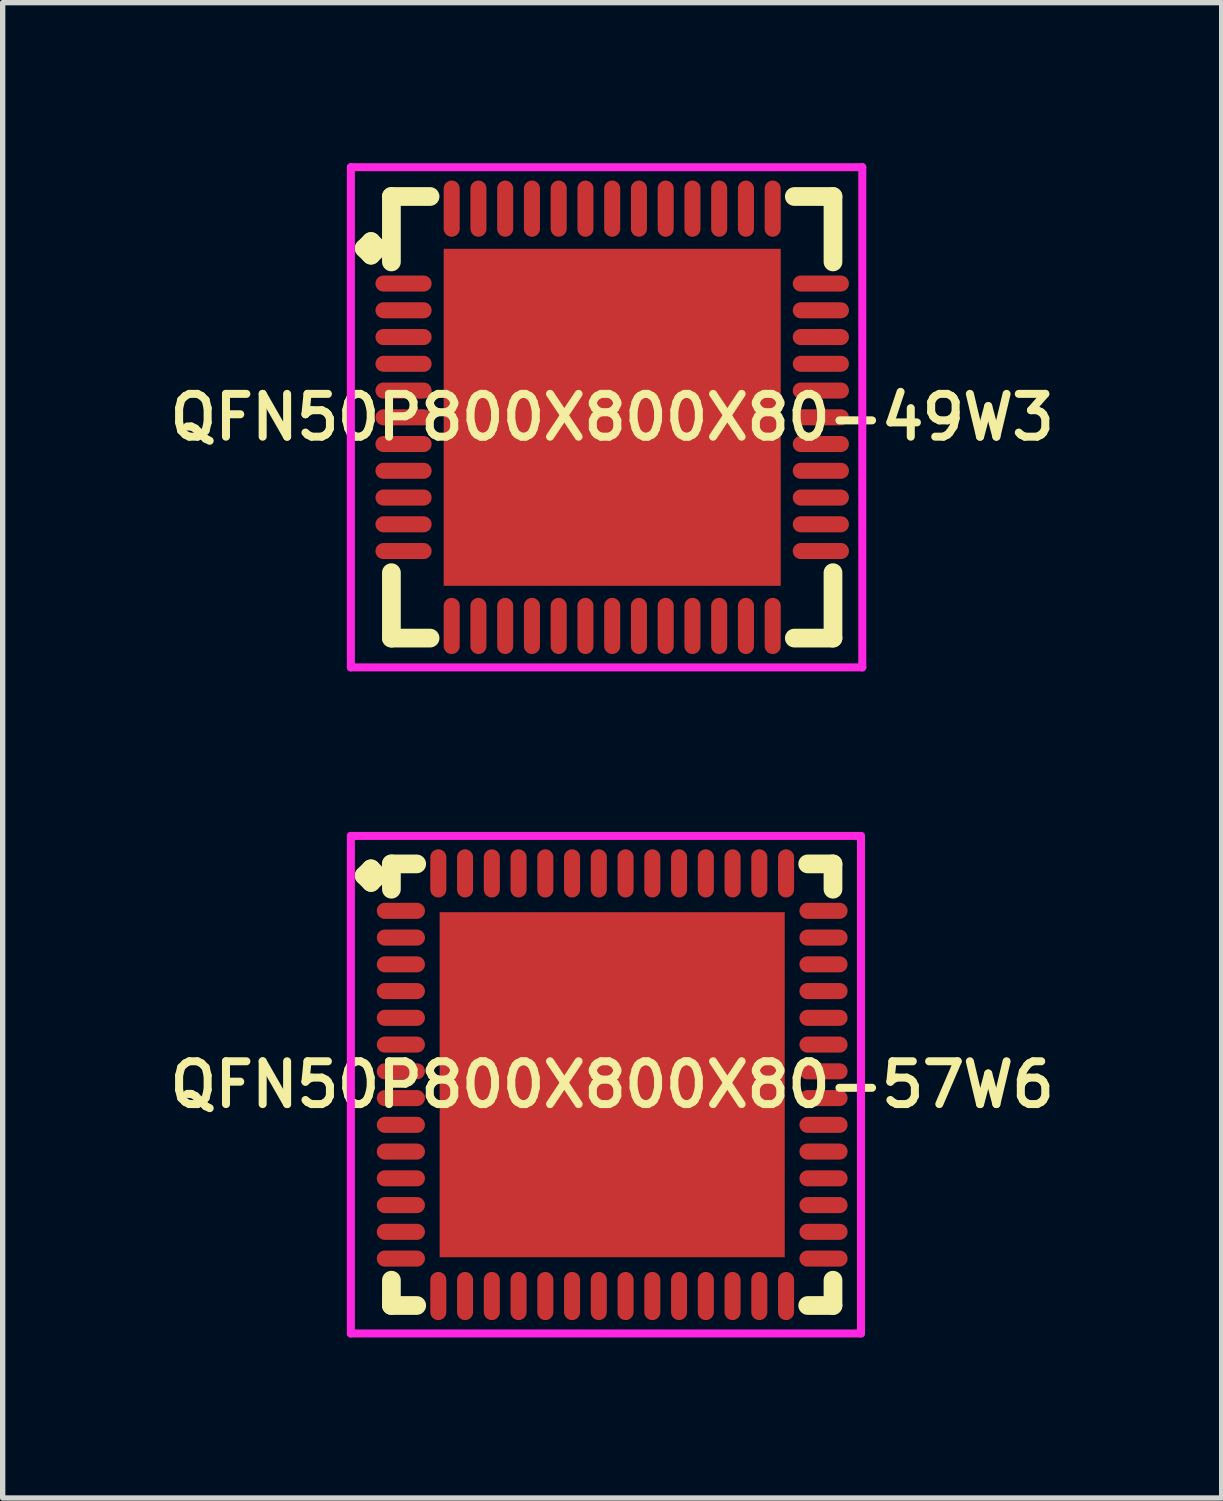
<source format=kicad_pcb>
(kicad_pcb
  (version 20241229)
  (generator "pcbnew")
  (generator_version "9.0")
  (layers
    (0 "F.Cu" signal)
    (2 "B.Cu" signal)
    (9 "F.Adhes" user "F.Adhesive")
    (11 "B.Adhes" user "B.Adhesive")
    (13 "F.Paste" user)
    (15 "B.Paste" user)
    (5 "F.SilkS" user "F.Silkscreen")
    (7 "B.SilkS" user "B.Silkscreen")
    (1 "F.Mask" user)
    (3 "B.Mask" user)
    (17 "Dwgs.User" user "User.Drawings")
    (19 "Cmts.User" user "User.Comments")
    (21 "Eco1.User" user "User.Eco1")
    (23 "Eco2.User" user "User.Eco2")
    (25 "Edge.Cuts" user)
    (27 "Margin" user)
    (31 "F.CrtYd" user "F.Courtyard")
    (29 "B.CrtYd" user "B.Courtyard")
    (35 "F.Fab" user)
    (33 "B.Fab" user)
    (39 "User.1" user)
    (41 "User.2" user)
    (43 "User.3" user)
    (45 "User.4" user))
  (footprint "QFN50P800X800X80-49W3"
    (layer "F.Cu")
    (at 8.393 4.75)
    (property "Reference" "QFN50P800X800X80-49W3" (at 0 0 0) (layer "F.SilkS") (effects (font (size 0.8 0.8) (thickness 0.15))))
    (attr smd)
    (fp_line (start -4.635 -3.158) (end -4.508 -3.285) (stroke (width 0.35) (type solid)) (layer "F.SilkS"))
    (fp_line (start -4.508 -3.285) (end -4.381 -3.158) (stroke (width 0.35) (type solid)) (layer "F.SilkS"))
    (fp_line (start -4.508 -3.031) (end -4.635 -3.158) (stroke (width 0.35) (type solid)) (layer "F.SilkS"))
    (fp_line (start -4.381 -3.158) (end -4.508 -3.031) (stroke (width 0.35) (type solid)) (layer "F.SilkS"))
    (fp_line (start -4.127 -4.127) (end -3.404 -4.127) (stroke (width 0.35) (type solid)) (layer "F.SilkS"))
    (fp_line (start -4.127 -2.904) (end -4.127 -4.127) (stroke (width 0.35) (type solid)) (layer "F.SilkS"))
    (fp_line (start -4.127 2.904) (end -4.127 4.127) (stroke (width 0.35) (type solid)) (layer "F.SilkS"))
    (fp_line (start -4.127 4.127) (end -3.404 4.127) (stroke (width 0.35) (type solid)) (layer "F.SilkS"))
    (fp_line (start 3.404 -4.127) (end 4.127 -4.127) (stroke (width 0.35) (type solid)) (layer "F.SilkS"))
    (fp_line (start 3.404 4.127) (end 4.127 4.127) (stroke (width 0.35) (type solid)) (layer "F.SilkS"))
    (fp_line (start 4.127 -4.127) (end 4.127 -2.904) (stroke (width 0.35) (type solid)) (layer "F.SilkS"))
    (fp_line (start 4.127 4.127) (end 4.127 2.904) (stroke (width 0.35) (type solid)) (layer "F.SilkS"))
    (fp_line (start -4.885 -4.675) (end 4.675 -4.675) (stroke (width 0.15) (type solid)) (layer "F.CrtYd"))
    (fp_line (start -4.885 4.675) (end -4.885 -4.675) (stroke (width 0.15) (type solid)) (layer "F.CrtYd"))
    (fp_line (start 4.675 -4.675) (end 4.675 4.675) (stroke (width 0.15) (type solid)) (layer "F.CrtYd"))
    (fp_line (start 4.675 4.675) (end -4.885 4.675) (stroke (width 0.15) (type solid)) (layer "F.CrtYd"))
    (pad "1" smd oval (at -3.9 -2.5) (size 1.05 0.3) (layers "F.Cu" "F.Mask" "F.Paste"))
    (pad "2" smd oval (at -3.9 -2) (size 1.05 0.3) (layers "F.Cu" "F.Mask" "F.Paste"))
    (pad "3" smd oval (at -3.9 -1.5) (size 1.05 0.3) (layers "F.Cu" "F.Mask" "F.Paste"))
    (pad "4" smd oval (at -3.9 -1) (size 1.05 0.3) (layers "F.Cu" "F.Mask" "F.Paste"))
    (pad "5" smd oval (at -3.9 -0.5) (size 1.05 0.3) (layers "F.Cu" "F.Mask" "F.Paste"))
    (pad "6" smd oval (at -3.9 0) (size 1.05 0.3) (layers "F.Cu" "F.Mask" "F.Paste"))
    (pad "7" smd oval (at -3.9 0.5) (size 1.05 0.3) (layers "F.Cu" "F.Mask" "F.Paste"))
    (pad "8" smd oval (at -3.9 1) (size 1.05 0.3) (layers "F.Cu" "F.Mask" "F.Paste"))
    (pad "9" smd oval (at -3.9 1.5) (size 1.05 0.3) (layers "F.Cu" "F.Mask" "F.Paste"))
    (pad "10" smd oval (at -3.9 2) (size 1.05 0.3) (layers "F.Cu" "F.Mask" "F.Paste"))
    (pad "11" smd oval (at -3.9 2.5) (size 1.05 0.3) (layers "F.Cu" "F.Mask" "F.Paste"))
    (pad "12" smd oval (at -3 3.9) (size 0.3 1.05) (layers "F.Cu" "F.Mask" "F.Paste"))
    (pad "13" smd oval (at -2.5 3.9) (size 0.3 1.05) (layers "F.Cu" "F.Mask" "F.Paste"))
    (pad "14" smd oval (at -2 3.9) (size 0.3 1.05) (layers "F.Cu" "F.Mask" "F.Paste"))
    (pad "15" smd oval (at -1.5 3.9) (size 0.3 1.05) (layers "F.Cu" "F.Mask" "F.Paste"))
    (pad "16" smd oval (at -1 3.9) (size 0.3 1.05) (layers "F.Cu" "F.Mask" "F.Paste"))
    (pad "17" smd oval (at -0.5 3.9) (size 0.3 1.05) (layers "F.Cu" "F.Mask" "F.Paste"))
    (pad "18" smd oval (at 0 3.9) (size 0.3 1.05) (layers "F.Cu" "F.Mask" "F.Paste"))
    (pad "19" smd oval (at 0.5 3.9) (size 0.3 1.05) (layers "F.Cu" "F.Mask" "F.Paste"))
    (pad "20" smd oval (at 1 3.9) (size 0.3 1.05) (layers "F.Cu" "F.Mask" "F.Paste"))
    (pad "21" smd oval (at 1.5 3.9) (size 0.3 1.05) (layers "F.Cu" "F.Mask" "F.Paste"))
    (pad "22" smd oval (at 2 3.9) (size 0.3 1.05) (layers "F.Cu" "F.Mask" "F.Paste"))
    (pad "23" smd oval (at 2.5 3.9) (size 0.3 1.05) (layers "F.Cu" "F.Mask" "F.Paste"))
    (pad "24" smd oval (at 3 3.9) (size 0.3 1.05) (layers "F.Cu" "F.Mask" "F.Paste"))
    (pad "25" smd oval (at 3.9 2.5) (size 1.05 0.3) (layers "F.Cu" "F.Mask" "F.Paste"))
    (pad "26" smd oval (at 3.9 2) (size 1.05 0.3) (layers "F.Cu" "F.Mask" "F.Paste"))
    (pad "27" smd oval (at 3.9 1.5) (size 1.05 0.3) (layers "F.Cu" "F.Mask" "F.Paste"))
    (pad "28" smd oval (at 3.9 1) (size 1.05 0.3) (layers "F.Cu" "F.Mask" "F.Paste"))
    (pad "29" smd oval (at 3.9 0.5) (size 1.05 0.3) (layers "F.Cu" "F.Mask" "F.Paste"))
    (pad "30" smd oval (at 3.9 0) (size 1.05 0.3) (layers "F.Cu" "F.Mask" "F.Paste"))
    (pad "31" smd oval (at 3.9 -0.5) (size 1.05 0.3) (layers "F.Cu" "F.Mask" "F.Paste"))
    (pad "32" smd oval (at 3.9 -1) (size 1.05 0.3) (layers "F.Cu" "F.Mask" "F.Paste"))
    (pad "33" smd oval (at 3.9 -1.5) (size 1.05 0.3) (layers "F.Cu" "F.Mask" "F.Paste"))
    (pad "34" smd oval (at 3.9 -2) (size 1.05 0.3) (layers "F.Cu" "F.Mask" "F.Paste"))
    (pad "35" smd oval (at 3.9 -2.5) (size 1.05 0.3) (layers "F.Cu" "F.Mask" "F.Paste"))
    (pad "36" smd oval (at 3 -3.9) (size 0.3 1.05) (layers "F.Cu" "F.Mask" "F.Paste"))
    (pad "37" smd oval (at 2.5 -3.9) (size 0.3 1.05) (layers "F.Cu" "F.Mask" "F.Paste"))
    (pad "38" smd oval (at 2 -3.9) (size 0.3 1.05) (layers "F.Cu" "F.Mask" "F.Paste"))
    (pad "39" smd oval (at 1.5 -3.9) (size 0.3 1.05) (layers "F.Cu" "F.Mask" "F.Paste"))
    (pad "40" smd oval (at 1 -3.9) (size 0.3 1.05) (layers "F.Cu" "F.Mask" "F.Paste"))
    (pad "41" smd oval (at 0.5 -3.9) (size 0.3 1.05) (layers "F.Cu" "F.Mask" "F.Paste"))
    (pad "42" smd oval (at 0 -3.9) (size 0.3 1.05) (layers "F.Cu" "F.Mask" "F.Paste"))
    (pad "43" smd oval (at -0.5 -3.9) (size 0.3 1.05) (layers "F.Cu" "F.Mask" "F.Paste"))
    (pad "44" smd oval (at -1 -3.9) (size 0.3 1.05) (layers "F.Cu" "F.Mask" "F.Paste"))
    (pad "45" smd oval (at -1.5 -3.9) (size 0.3 1.05) (layers "F.Cu" "F.Mask" "F.Paste"))
    (pad "46" smd oval (at -2 -3.9) (size 0.3 1.05) (layers "F.Cu" "F.Mask" "F.Paste"))
    (pad "47" smd oval (at -2.5 -3.9) (size 0.3 1.05) (layers "F.Cu" "F.Mask" "F.Paste"))
    (pad "48" smd oval (at -3 -3.9) (size 0.3 1.05) (layers "F.Cu" "F.Mask" "F.Paste"))
    (pad "49" smd rect (at 0 0) (size 6.3 6.3) (layers "F.Cu" "F.Mask" "F.Paste")))
  (footprint "QFN50P800X800X80-57W6"
    (layer "F.Cu")
    (at 8.393 17.225)
    (property "Reference" "QFN50P800X800X80-57W6" (at 0 0 0) (layer "F.SilkS") (effects (font (size 0.8 0.8) (thickness 0.15))))
    (attr smd)
    (fp_line (start -4.635 -3.908) (end -4.508 -4.035) (stroke (width 0.35) (type solid)) (layer "F.SilkS"))
    (fp_line (start -4.508 -4.035) (end -4.381 -3.908) (stroke (width 0.35) (type solid)) (layer "F.SilkS"))
    (fp_line (start -4.508 -3.781) (end -4.635 -3.908) (stroke (width 0.35) (type solid)) (layer "F.SilkS"))
    (fp_line (start -4.381 -3.908) (end -4.508 -3.781) (stroke (width 0.35) (type solid)) (layer "F.SilkS"))
    (fp_line (start -4.127 -4.127) (end -3.654 -4.127) (stroke (width 0.35) (type solid)) (layer "F.SilkS"))
    (fp_line (start -4.127 -3.654) (end -4.127 -4.127) (stroke (width 0.35) (type solid)) (layer "F.SilkS"))
    (fp_line (start -4.127 3.654) (end -4.127 4.127) (stroke (width 0.35) (type solid)) (layer "F.SilkS"))
    (fp_line (start -4.127 4.127) (end -3.654 4.127) (stroke (width 0.35) (type solid)) (layer "F.SilkS"))
    (fp_line (start 3.654 -4.127) (end 4.127 -4.127) (stroke (width 0.35) (type solid)) (layer "F.SilkS"))
    (fp_line (start 3.654 4.127) (end 4.127 4.127) (stroke (width 0.35) (type solid)) (layer "F.SilkS"))
    (fp_line (start 4.127 -4.127) (end 4.127 -3.654) (stroke (width 0.35) (type solid)) (layer "F.SilkS"))
    (fp_line (start 4.127 4.127) (end 4.127 3.654) (stroke (width 0.35) (type solid)) (layer "F.SilkS"))
    (fp_line (start -4.885 -4.65) (end 4.65 -4.65) (stroke (width 0.15) (type solid)) (layer "F.CrtYd"))
    (fp_line (start -4.885 4.65) (end -4.885 -4.65) (stroke (width 0.15) (type solid)) (layer "F.CrtYd"))
    (fp_line (start 4.65 -4.65) (end 4.65 4.65) (stroke (width 0.15) (type solid)) (layer "F.CrtYd"))
    (fp_line (start 4.65 4.65) (end -4.885 4.65) (stroke (width 0.15) (type solid)) (layer "F.CrtYd"))
    (pad "1" smd oval (at -3.95 -3.25) (size 0.9 0.3) (layers "F.Cu" "F.Mask" "F.Paste"))
    (pad "2" smd oval (at -3.95 -2.75) (size 0.9 0.3) (layers "F.Cu" "F.Mask" "F.Paste"))
    (pad "3" smd oval (at -3.95 -2.25) (size 0.9 0.3) (layers "F.Cu" "F.Mask" "F.Paste"))
    (pad "4" smd oval (at -3.95 -1.75) (size 0.9 0.3) (layers "F.Cu" "F.Mask" "F.Paste"))
    (pad "5" smd oval (at -3.95 -1.25) (size 0.9 0.3) (layers "F.Cu" "F.Mask" "F.Paste"))
    (pad "6" smd oval (at -3.95 -0.75) (size 0.9 0.3) (layers "F.Cu" "F.Mask" "F.Paste"))
    (pad "7" smd oval (at -3.95 -0.25) (size 0.9 0.3) (layers "F.Cu" "F.Mask" "F.Paste"))
    (pad "8" smd oval (at -3.95 0.25) (size 0.9 0.3) (layers "F.Cu" "F.Mask" "F.Paste"))
    (pad "9" smd oval (at -3.95 0.75) (size 0.9 0.3) (layers "F.Cu" "F.Mask" "F.Paste"))
    (pad "10" smd oval (at -3.95 1.25) (size 0.9 0.3) (layers "F.Cu" "F.Mask" "F.Paste"))
    (pad "11" smd oval (at -3.95 1.75) (size 0.9 0.3) (layers "F.Cu" "F.Mask" "F.Paste"))
    (pad "12" smd oval (at -3.95 2.25) (size 0.9 0.3) (layers "F.Cu" "F.Mask" "F.Paste"))
    (pad "13" smd oval (at -3.95 2.75) (size 0.9 0.3) (layers "F.Cu" "F.Mask" "F.Paste"))
    (pad "14" smd oval (at -3.95 3.25) (size 0.9 0.3) (layers "F.Cu" "F.Mask" "F.Paste"))
    (pad "15" smd oval (at -3.25 3.95) (size 0.3 0.9) (layers "F.Cu" "F.Mask" "F.Paste"))
    (pad "16" smd oval (at -2.75 3.95) (size 0.3 0.9) (layers "F.Cu" "F.Mask" "F.Paste"))
    (pad "17" smd oval (at -2.25 3.95) (size 0.3 0.9) (layers "F.Cu" "F.Mask" "F.Paste"))
    (pad "18" smd oval (at -1.75 3.95) (size 0.3 0.9) (layers "F.Cu" "F.Mask" "F.Paste"))
    (pad "19" smd oval (at -1.25 3.95) (size 0.3 0.9) (layers "F.Cu" "F.Mask" "F.Paste"))
    (pad "20" smd oval (at -0.75 3.95) (size 0.3 0.9) (layers "F.Cu" "F.Mask" "F.Paste"))
    (pad "21" smd oval (at -0.25 3.95) (size 0.3 0.9) (layers "F.Cu" "F.Mask" "F.Paste"))
    (pad "22" smd oval (at 0.25 3.95) (size 0.3 0.9) (layers "F.Cu" "F.Mask" "F.Paste"))
    (pad "23" smd oval (at 0.75 3.95) (size 0.3 0.9) (layers "F.Cu" "F.Mask" "F.Paste"))
    (pad "24" smd oval (at 1.25 3.95) (size 0.3 0.9) (layers "F.Cu" "F.Mask" "F.Paste"))
    (pad "25" smd oval (at 1.75 3.95) (size 0.3 0.9) (layers "F.Cu" "F.Mask" "F.Paste"))
    (pad "26" smd oval (at 2.25 3.95) (size 0.3 0.9) (layers "F.Cu" "F.Mask" "F.Paste"))
    (pad "27" smd oval (at 2.75 3.95) (size 0.3 0.9) (layers "F.Cu" "F.Mask" "F.Paste"))
    (pad "28" smd oval (at 3.25 3.95) (size 0.3 0.9) (layers "F.Cu" "F.Mask" "F.Paste"))
    (pad "29" smd oval (at 3.95 3.25) (size 0.9 0.3) (layers "F.Cu" "F.Mask" "F.Paste"))
    (pad "30" smd oval (at 3.95 2.75) (size 0.9 0.3) (layers "F.Cu" "F.Mask" "F.Paste"))
    (pad "31" smd oval (at 3.95 2.25) (size 0.9 0.3) (layers "F.Cu" "F.Mask" "F.Paste"))
    (pad "32" smd oval (at 3.95 1.75) (size 0.9 0.3) (layers "F.Cu" "F.Mask" "F.Paste"))
    (pad "33" smd oval (at 3.95 1.25) (size 0.9 0.3) (layers "F.Cu" "F.Mask" "F.Paste"))
    (pad "34" smd oval (at 3.95 0.75) (size 0.9 0.3) (layers "F.Cu" "F.Mask" "F.Paste"))
    (pad "35" smd oval (at 3.95 0.25) (size 0.9 0.3) (layers "F.Cu" "F.Mask" "F.Paste"))
    (pad "36" smd oval (at 3.95 -0.25) (size 0.9 0.3) (layers "F.Cu" "F.Mask" "F.Paste"))
    (pad "37" smd oval (at 3.95 -0.75) (size 0.9 0.3) (layers "F.Cu" "F.Mask" "F.Paste"))
    (pad "38" smd oval (at 3.95 -1.25) (size 0.9 0.3) (layers "F.Cu" "F.Mask" "F.Paste"))
    (pad "39" smd oval (at 3.95 -1.75) (size 0.9 0.3) (layers "F.Cu" "F.Mask" "F.Paste"))
    (pad "40" smd oval (at 3.95 -2.25) (size 0.9 0.3) (layers "F.Cu" "F.Mask" "F.Paste"))
    (pad "41" smd oval (at 3.95 -2.75) (size 0.9 0.3) (layers "F.Cu" "F.Mask" "F.Paste"))
    (pad "42" smd oval (at 3.95 -3.25) (size 0.9 0.3) (layers "F.Cu" "F.Mask" "F.Paste"))
    (pad "43" smd oval (at 3.25 -3.95) (size 0.3 0.9) (layers "F.Cu" "F.Mask" "F.Paste"))
    (pad "44" smd oval (at 2.75 -3.95) (size 0.3 0.9) (layers "F.Cu" "F.Mask" "F.Paste"))
    (pad "45" smd oval (at 2.25 -3.95) (size 0.3 0.9) (layers "F.Cu" "F.Mask" "F.Paste"))
    (pad "46" smd oval (at 1.75 -3.95) (size 0.3 0.9) (layers "F.Cu" "F.Mask" "F.Paste"))
    (pad "47" smd oval (at 1.25 -3.95) (size 0.3 0.9) (layers "F.Cu" "F.Mask" "F.Paste"))
    (pad "48" smd oval (at 0.75 -3.95) (size 0.3 0.9) (layers "F.Cu" "F.Mask" "F.Paste"))
    (pad "49" smd oval (at 0.25 -3.95) (size 0.3 0.9) (layers "F.Cu" "F.Mask" "F.Paste"))
    (pad "50" smd oval (at -0.25 -3.95) (size 0.3 0.9) (layers "F.Cu" "F.Mask" "F.Paste"))
    (pad "51" smd oval (at -0.75 -3.95) (size 0.3 0.9) (layers "F.Cu" "F.Mask" "F.Paste"))
    (pad "52" smd oval (at -1.25 -3.95) (size 0.3 0.9) (layers "F.Cu" "F.Mask" "F.Paste"))
    (pad "53" smd oval (at -1.75 -3.95) (size 0.3 0.9) (layers "F.Cu" "F.Mask" "F.Paste"))
    (pad "54" smd oval (at -2.25 -3.95) (size 0.3 0.9) (layers "F.Cu" "F.Mask" "F.Paste"))
    (pad "55" smd oval (at -2.75 -3.95) (size 0.3 0.9) (layers "F.Cu" "F.Mask" "F.Paste"))
    (pad "56" smd oval (at -3.25 -3.95) (size 0.3 0.9) (layers "F.Cu" "F.Mask" "F.Paste"))
    (pad "57" smd rect (at 0 0) (size 6.45 6.45) (layers "F.Cu" "F.Mask" "F.Paste")))
  (gr_rect
    (start -3 -3)
    (end 19.785 24.95)
    (stroke (width 0.1) (type default))
    (fill no)
    (layer "Edge.Cuts")))
</source>
